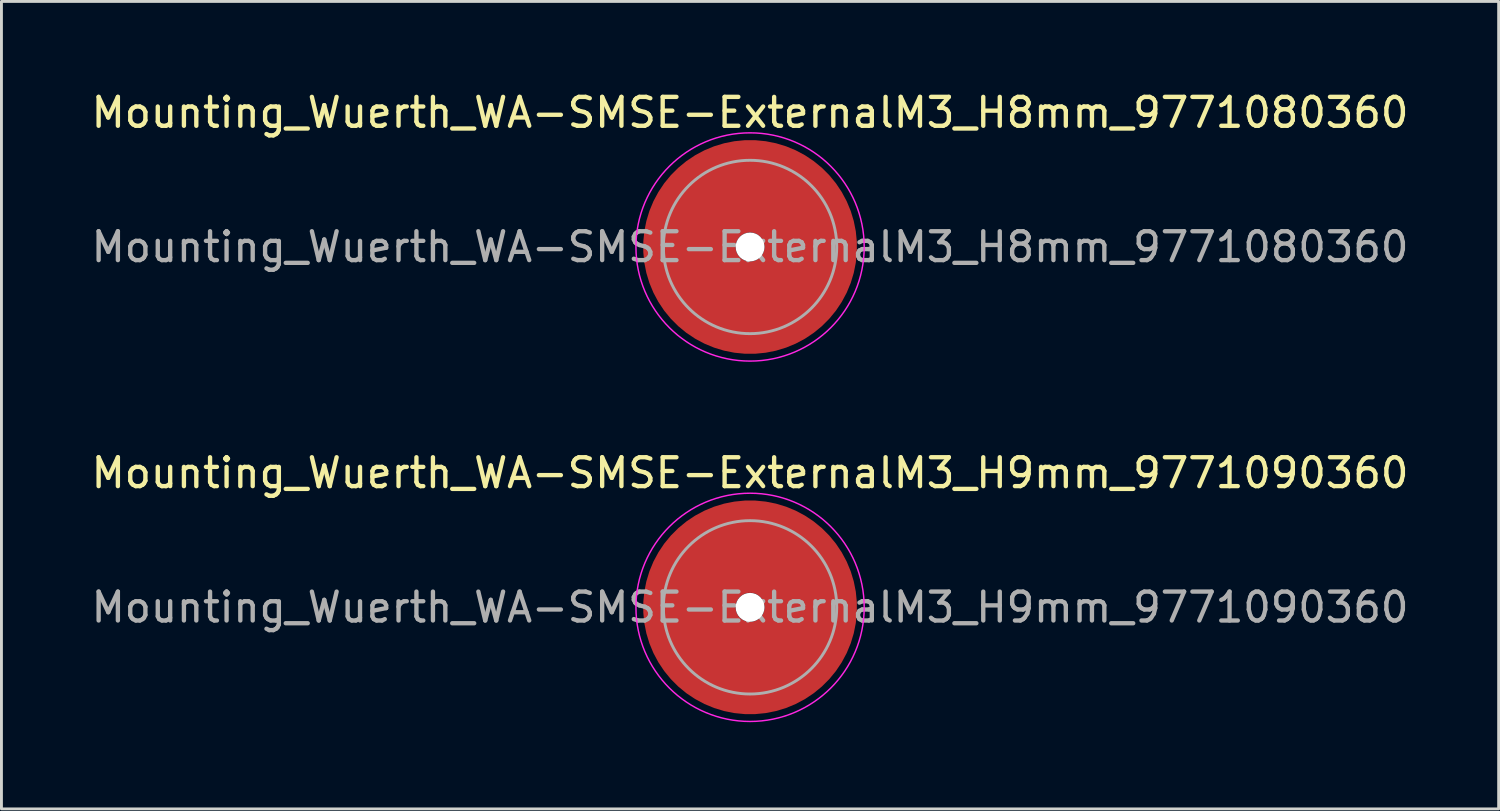
<source format=kicad_pcb>
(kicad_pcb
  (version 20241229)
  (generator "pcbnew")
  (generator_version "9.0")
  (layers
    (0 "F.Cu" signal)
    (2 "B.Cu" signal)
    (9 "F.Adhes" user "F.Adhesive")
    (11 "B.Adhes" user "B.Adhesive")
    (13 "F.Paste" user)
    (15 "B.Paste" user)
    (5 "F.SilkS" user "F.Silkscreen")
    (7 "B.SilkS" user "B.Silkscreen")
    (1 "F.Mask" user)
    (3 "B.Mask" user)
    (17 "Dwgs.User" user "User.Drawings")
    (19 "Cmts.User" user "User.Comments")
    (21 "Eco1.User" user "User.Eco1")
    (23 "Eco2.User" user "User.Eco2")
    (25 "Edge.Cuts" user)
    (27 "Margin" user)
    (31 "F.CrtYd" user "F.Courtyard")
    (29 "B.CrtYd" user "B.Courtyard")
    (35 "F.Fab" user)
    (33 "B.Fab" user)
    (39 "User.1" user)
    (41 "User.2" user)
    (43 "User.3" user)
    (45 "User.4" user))
  (footprint "Mounting_Wuerth_WA-SMSE-ExternalM3_H8mm_9771080360"
    (layer "F.Cu")
    (at 22.911 5.498)
    (property "Reference" "Mounting_Wuerth_WA-SMSE-ExternalM3_H8mm_9771080360" (at 0 -4.65 0) (layer "F.SilkS") (effects (font (size 1 1) (thickness 0.15))))
    (attr smd)
    (fp_circle (center 0 0) (end 3.95 0) (stroke (width 0.05) (type solid)) (fill no) (layer "F.CrtYd"))
    (fp_circle (center 0 0) (end 3 0) (stroke (width 0.1) (type solid)) (fill no) (layer "F.Fab"))
    (fp_text user "${REFERENCE}" (at 0 0 0) (layer "F.Fab") (effects (font (size 1 1) (thickness 0.15))))
    (pad "" smd custom (at 0 -2.1) (size 2.6 2.6) (layers "F.Paste") (options (anchor circle)) (primitives (gr_arc (start -0.305123 1.47) (mid -0.000513 1.4) (end 0.3042 1.469554) (width 0.2)) (gr_arc (start -0.493052 1.47) (mid -0.000664 1.3) (end 0.492006 1.469183) (width 0.2)) (gr_arc (start -0.642729 1.47) (mid -0.000361 1.2) (end 0.642223 1.469484) (width 0.2)) (gr_arc (start -0.776595 1.47) (mid -0.00087 1.1) (end 0.775497 1.468649) (width 0.2)) (gr_arc (start -0.901721 1.47) (mid -0.00018 1) (end 0.901515 1.469705) (width 0.2)) (gr_arc (start -1.021323 1.47) (mid -0.000665 0.9) (end 1.020624 1.468868) (width 0.2)) (gr_arc (start -1.137146 1.47) (mid -0.000289 0.8) (end 1.136866 1.469495) (width 0.2)) (gr_arc (start -1.25024 1.47) (mid -0.000155 0.7) (end 1.250101 1.469724) (width 0.2)) (gr_arc (start -1.361286 1.47) (mid -0.000403 0.6) (end 1.360947 1.469268) (width 0.2)) (gr_arc (start -1.470748 1.47) (mid -0.000334 0.5) (end 1.470485 1.469386) (width 0.2)) (gr_arc (start -1.578955 1.47) (mid -0.001427 0.400001) (end 1.577895 1.46735) (width 0.2)) (gr_arc (start -1.686149 1.47) (mid -0.000398 0.3) (end 1.68587 1.469254) (width 0.2)) (gr_arc (start -1.792512 1.47) (mid -0.001173 0.200001) (end 1.791733 1.467788) (width 0.2)) (gr_arc (start -1.898183 1.47) (mid -0.001368 0.100001) (end 1.89732 1.467404) (width 0.2)) (gr_arc (start -2.003272 1.47) (mid -0.001554 0.000001) (end 2.002338 1.467036) (width 0.2)) (gr_arc (start -2.107866 1.47) (mid -0.00037 -0.1) (end 2.107654 1.469292) (width 0.2)) (gr_arc (start -2.212035 1.47) (mid -0.00011 -0.2) (end 2.211975 1.469788) (width 0.2)) (gr_arc (start -2.315837 1.47) (mid -0.001322 -0.3) (end 2.315142 1.46745) (width 0.2)) (gr_arc (start -2.419318 1.47) (mid -0.000179 -0.4) (end 2.419228 1.469653) (width 0.2)) (gr_arc (start -2.522519 1.47) (mid -0.001235 -0.5) (end 2.521919 1.467604) (width 0.2)) (gr_arc (start -2.625471 1.47) (mid -0.000311 -0.6) (end 2.625326 1.469395) (width 0.2)) (gr_arc (start -2.728205 1.47) (mid -0.002303 -0.7) (end 2.727165 1.465513) (width 0.2)) (gr_arc (start -2.830742 1.47) (mid -0.000149 -0.8) (end 2.830677 1.469709) (width 0.2)) (gr_arc (start -2.933104 1.47) (mid -0.001447 -0.899999) (end 2.932495 1.46717) (width 0.2)) (gr_arc (start -3.035309 1.47) (mid -0.001317 -1) (end 3.034773 1.467421) (width 0.2)) (gr_arc (start -3.137372 1.47) (mid -0.002554 -1.099999) (end 3.136362 1.464993) (width 0.2)) (gr_arc (start -3.239305 1.47) (mid -0.002543 -1.199999) (end 3.23833 1.465008) (width 0.2)) (gr_arc (start -3.341123 1.47) (mid -0.001289 -1.3) (end 3.340644 1.467467) (width 0.2)) (gr_arc (start -3.442833 1.47) (mid -0.001847 -1.399999) (end 3.442166 1.466366) (width 0.2)) (gr_line (start 0.305 1.47) (end 3.443 1.47) (width 0.2)) (gr_line (start -0.305 1.47) (end -3.443 1.47) (width 0.2))))
    (pad "" np_thru_hole circle (at 0 0) (size 1 1) (drill 1) (layers "*.Cu" "*.Mask"))
    (pad "" smd custom (at 0 2.1) (size 2.6 2.6) (layers "F.Paste") (options (anchor circle)) (primitives (gr_arc (start 0.305123 -1.47) (mid 0.000513 -1.4) (end -0.3042 -1.469554) (width 0.2)) (gr_arc (start 0.493052 -1.47) (mid 0.000664 -1.3) (end -0.492006 -1.469183) (width 0.2)) (gr_arc (start 0.642729 -1.47) (mid 0.000361 -1.2) (end -0.642223 -1.469484) (width 0.2)) (gr_arc (start 0.776595 -1.47) (mid 0.00087 -1.1) (end -0.775497 -1.468649) (width 0.2)) (gr_arc (start 0.901721 -1.47) (mid 0.00018 -1) (end -0.901515 -1.469705) (width 0.2)) (gr_arc (start 1.021323 -1.47) (mid 0.000665 -0.9) (end -1.020624 -1.468868) (width 0.2)) (gr_arc (start 1.137146 -1.47) (mid 0.000289 -0.8) (end -1.136866 -1.469495) (width 0.2)) (gr_arc (start 1.25024 -1.47) (mid 0.000155 -0.7) (end -1.250101 -1.469724) (width 0.2)) (gr_arc (start 1.361286 -1.47) (mid 0.000403 -0.6) (end -1.360947 -1.469268) (width 0.2)) (gr_arc (start 1.470748 -1.47) (mid 0.000334 -0.5) (end -1.470485 -1.469386) (width 0.2)) (gr_arc (start 1.578955 -1.47) (mid 0.001427 -0.400001) (end -1.577895 -1.46735) (width 0.2)) (gr_arc (start 1.686149 -1.47) (mid 0.000398 -0.3) (end -1.68587 -1.469254) (width 0.2)) (gr_arc (start 1.792512 -1.47) (mid 0.001173 -0.200001) (end -1.791733 -1.467788) (width 0.2)) (gr_arc (start 1.898183 -1.47) (mid 0.001368 -0.100001) (end -1.89732 -1.467404) (width 0.2)) (gr_arc (start 2.003272 -1.47) (mid 0.001554 -0.000001) (end -2.002338 -1.467036) (width 0.2)) (gr_arc (start 2.107866 -1.47) (mid 0.00037 0.1) (end -2.107654 -1.469292) (width 0.2)) (gr_arc (start 2.212035 -1.47) (mid 0.00011 0.2) (end -2.211975 -1.469788) (width 0.2)) (gr_arc (start 2.315837 -1.47) (mid 0.001322 0.3) (end -2.315142 -1.46745) (width 0.2)) (gr_arc (start 2.419318 -1.47) (mid 0.000179 0.4) (end -2.419228 -1.469653) (width 0.2)) (gr_arc (start 2.522519 -1.47) (mid 0.001235 0.5) (end -2.521919 -1.467604) (width 0.2)) (gr_arc (start 2.625471 -1.47) (mid 0.000311 0.6) (end -2.625326 -1.469395) (width 0.2)) (gr_arc (start 2.728205 -1.47) (mid 0.002303 0.7) (end -2.727165 -1.465513) (width 0.2)) (gr_arc (start 2.830742 -1.47) (mid 0.000149 0.8) (end -2.830677 -1.469709) (width 0.2)) (gr_arc (start 2.933104 -1.47) (mid 0.001447 0.899999) (end -2.932495 -1.46717) (width 0.2)) (gr_arc (start 3.035309 -1.47) (mid 0.001317 1) (end -3.034773 -1.467421) (width 0.2)) (gr_arc (start 3.137372 -1.47) (mid 0.002554 1.099999) (end -3.136362 -1.464993) (width 0.2)) (gr_arc (start 3.239305 -1.47) (mid 0.002543 1.199999) (end -3.23833 -1.465008) (width 0.2)) (gr_arc (start 3.341123 -1.47) (mid 0.001289 1.3) (end -3.340644 -1.467467) (width 0.2)) (gr_arc (start 3.442833 -1.47) (mid 0.001847 1.399999) (end -3.442166 -1.466366) (width 0.2)) (gr_line (start -0.305 -1.47) (end -3.443 -1.47) (width 0.2)) (gr_line (start 0.305 -1.47) (end 3.443 -1.47) (width 0.2))))
    (pad "1" smd circle (at -2.1 0) (size 2.8 2.8) (layers "F.Cu"))
    (pad "1" smd circle (at 0 -2.1) (size 2.8 2.8) (layers "F.Cu"))
    (pad "1" smd circle (at 0 2.1) (size 2.8 2.8) (layers "F.Cu"))
    (pad "1" smd custom (at 2.1 0) (size 2.8 2.8) (layers "F.Cu" "F.Mask") (options (anchor circle)) (primitives (gr_circle (center -2.1 0) (end 0 0) (width 3.2) (fill no)))))
  (footprint "Mounting_Wuerth_WA-SMSE-ExternalM3_H9mm_9771090360"
    (layer "F.Cu")
    (at 22.911 17.971)
    (property "Reference" "Mounting_Wuerth_WA-SMSE-ExternalM3_H9mm_9771090360" (at 0 -4.65 0) (layer "F.SilkS") (effects (font (size 1 1) (thickness 0.15))))
    (attr smd)
    (fp_circle (center 0 0) (end 3.95 0) (stroke (width 0.05) (type solid)) (fill no) (layer "F.CrtYd"))
    (fp_circle (center 0 0) (end 3 0) (stroke (width 0.1) (type solid)) (fill no) (layer "F.Fab"))
    (fp_text user "${REFERENCE}" (at 0 0 0) (layer "F.Fab") (effects (font (size 1 1) (thickness 0.15))))
    (pad "" smd custom (at 0 -2.1) (size 2.6 2.6) (layers "F.Paste") (options (anchor circle)) (primitives (gr_arc (start -0.305123 1.47) (mid -0.000513 1.4) (end 0.3042 1.469554) (width 0.2)) (gr_arc (start -0.493052 1.47) (mid -0.000664 1.3) (end 0.492006 1.469183) (width 0.2)) (gr_arc (start -0.642729 1.47) (mid -0.000361 1.2) (end 0.642223 1.469484) (width 0.2)) (gr_arc (start -0.776595 1.47) (mid -0.00087 1.1) (end 0.775497 1.468649) (width 0.2)) (gr_arc (start -0.901721 1.47) (mid -0.00018 1) (end 0.901515 1.469705) (width 0.2)) (gr_arc (start -1.021323 1.47) (mid -0.000665 0.9) (end 1.020624 1.468868) (width 0.2)) (gr_arc (start -1.137146 1.47) (mid -0.000289 0.8) (end 1.136866 1.469495) (width 0.2)) (gr_arc (start -1.25024 1.47) (mid -0.000155 0.7) (end 1.250101 1.469724) (width 0.2)) (gr_arc (start -1.361286 1.47) (mid -0.000403 0.6) (end 1.360947 1.469268) (width 0.2)) (gr_arc (start -1.470748 1.47) (mid -0.000334 0.5) (end 1.470485 1.469386) (width 0.2)) (gr_arc (start -1.578955 1.47) (mid -0.001427 0.400001) (end 1.577895 1.46735) (width 0.2)) (gr_arc (start -1.686149 1.47) (mid -0.000398 0.3) (end 1.68587 1.469254) (width 0.2)) (gr_arc (start -1.792512 1.47) (mid -0.001173 0.200001) (end 1.791733 1.467788) (width 0.2)) (gr_arc (start -1.898183 1.47) (mid -0.001368 0.100001) (end 1.89732 1.467404) (width 0.2)) (gr_arc (start -2.003272 1.47) (mid -0.001554 0.000001) (end 2.002338 1.467036) (width 0.2)) (gr_arc (start -2.107866 1.47) (mid -0.00037 -0.1) (end 2.107654 1.469292) (width 0.2)) (gr_arc (start -2.212035 1.47) (mid -0.00011 -0.2) (end 2.211975 1.469788) (width 0.2)) (gr_arc (start -2.315837 1.47) (mid -0.001322 -0.3) (end 2.315142 1.46745) (width 0.2)) (gr_arc (start -2.419318 1.47) (mid -0.000179 -0.4) (end 2.419228 1.469653) (width 0.2)) (gr_arc (start -2.522519 1.47) (mid -0.001235 -0.5) (end 2.521919 1.467604) (width 0.2)) (gr_arc (start -2.625471 1.47) (mid -0.000311 -0.6) (end 2.625326 1.469395) (width 0.2)) (gr_arc (start -2.728205 1.47) (mid -0.002303 -0.7) (end 2.727165 1.465513) (width 0.2)) (gr_arc (start -2.830742 1.47) (mid -0.000149 -0.8) (end 2.830677 1.469709) (width 0.2)) (gr_arc (start -2.933104 1.47) (mid -0.001447 -0.899999) (end 2.932495 1.46717) (width 0.2)) (gr_arc (start -3.035309 1.47) (mid -0.001317 -1) (end 3.034773 1.467421) (width 0.2)) (gr_arc (start -3.137372 1.47) (mid -0.002554 -1.099999) (end 3.136362 1.464993) (width 0.2)) (gr_arc (start -3.239305 1.47) (mid -0.002543 -1.199999) (end 3.23833 1.465008) (width 0.2)) (gr_arc (start -3.341123 1.47) (mid -0.001289 -1.3) (end 3.340644 1.467467) (width 0.2)) (gr_arc (start -3.442833 1.47) (mid -0.001847 -1.399999) (end 3.442166 1.466366) (width 0.2)) (gr_line (start 0.305 1.47) (end 3.443 1.47) (width 0.2)) (gr_line (start -0.305 1.47) (end -3.443 1.47) (width 0.2))))
    (pad "" np_thru_hole circle (at 0 0) (size 1 1) (drill 1) (layers "*.Cu" "*.Mask"))
    (pad "" smd custom (at 0 2.1) (size 2.6 2.6) (layers "F.Paste") (options (anchor circle)) (primitives (gr_arc (start 0.305123 -1.47) (mid 0.000513 -1.4) (end -0.3042 -1.469554) (width 0.2)) (gr_arc (start 0.493052 -1.47) (mid 0.000664 -1.3) (end -0.492006 -1.469183) (width 0.2)) (gr_arc (start 0.642729 -1.47) (mid 0.000361 -1.2) (end -0.642223 -1.469484) (width 0.2)) (gr_arc (start 0.776595 -1.47) (mid 0.00087 -1.1) (end -0.775497 -1.468649) (width 0.2)) (gr_arc (start 0.901721 -1.47) (mid 0.00018 -1) (end -0.901515 -1.469705) (width 0.2)) (gr_arc (start 1.021323 -1.47) (mid 0.000665 -0.9) (end -1.020624 -1.468868) (width 0.2)) (gr_arc (start 1.137146 -1.47) (mid 0.000289 -0.8) (end -1.136866 -1.469495) (width 0.2)) (gr_arc (start 1.25024 -1.47) (mid 0.000155 -0.7) (end -1.250101 -1.469724) (width 0.2)) (gr_arc (start 1.361286 -1.47) (mid 0.000403 -0.6) (end -1.360947 -1.469268) (width 0.2)) (gr_arc (start 1.470748 -1.47) (mid 0.000334 -0.5) (end -1.470485 -1.469386) (width 0.2)) (gr_arc (start 1.578955 -1.47) (mid 0.001427 -0.400001) (end -1.577895 -1.46735) (width 0.2)) (gr_arc (start 1.686149 -1.47) (mid 0.000398 -0.3) (end -1.68587 -1.469254) (width 0.2)) (gr_arc (start 1.792512 -1.47) (mid 0.001173 -0.200001) (end -1.791733 -1.467788) (width 0.2)) (gr_arc (start 1.898183 -1.47) (mid 0.001368 -0.100001) (end -1.89732 -1.467404) (width 0.2)) (gr_arc (start 2.003272 -1.47) (mid 0.001554 -0.000001) (end -2.002338 -1.467036) (width 0.2)) (gr_arc (start 2.107866 -1.47) (mid 0.00037 0.1) (end -2.107654 -1.469292) (width 0.2)) (gr_arc (start 2.212035 -1.47) (mid 0.00011 0.2) (end -2.211975 -1.469788) (width 0.2)) (gr_arc (start 2.315837 -1.47) (mid 0.001322 0.3) (end -2.315142 -1.46745) (width 0.2)) (gr_arc (start 2.419318 -1.47) (mid 0.000179 0.4) (end -2.419228 -1.469653) (width 0.2)) (gr_arc (start 2.522519 -1.47) (mid 0.001235 0.5) (end -2.521919 -1.467604) (width 0.2)) (gr_arc (start 2.625471 -1.47) (mid 0.000311 0.6) (end -2.625326 -1.469395) (width 0.2)) (gr_arc (start 2.728205 -1.47) (mid 0.002303 0.7) (end -2.727165 -1.465513) (width 0.2)) (gr_arc (start 2.830742 -1.47) (mid 0.000149 0.8) (end -2.830677 -1.469709) (width 0.2)) (gr_arc (start 2.933104 -1.47) (mid 0.001447 0.899999) (end -2.932495 -1.46717) (width 0.2)) (gr_arc (start 3.035309 -1.47) (mid 0.001317 1) (end -3.034773 -1.467421) (width 0.2)) (gr_arc (start 3.137372 -1.47) (mid 0.002554 1.099999) (end -3.136362 -1.464993) (width 0.2)) (gr_arc (start 3.239305 -1.47) (mid 0.002543 1.199999) (end -3.23833 -1.465008) (width 0.2)) (gr_arc (start 3.341123 -1.47) (mid 0.001289 1.3) (end -3.340644 -1.467467) (width 0.2)) (gr_arc (start 3.442833 -1.47) (mid 0.001847 1.399999) (end -3.442166 -1.466366) (width 0.2)) (gr_line (start -0.305 -1.47) (end -3.443 -1.47) (width 0.2)) (gr_line (start 0.305 -1.47) (end 3.443 -1.47) (width 0.2))))
    (pad "1" smd circle (at -2.1 0) (size 2.8 2.8) (layers "F.Cu"))
    (pad "1" smd circle (at 0 -2.1) (size 2.8 2.8) (layers "F.Cu"))
    (pad "1" smd circle (at 0 2.1) (size 2.8 2.8) (layers "F.Cu"))
    (pad "1" smd custom (at 2.1 0) (size 2.8 2.8) (layers "F.Cu" "F.Mask") (options (anchor circle)) (primitives (gr_circle (center -2.1 0) (end 0 0) (width 3.2) (fill no)))))
  (gr_rect
    (start -3 -3)
    (end 48.821 24.947)
    (stroke (width 0.1) (type default))
    (fill no)
    (layer "Edge.Cuts")))
</source>
